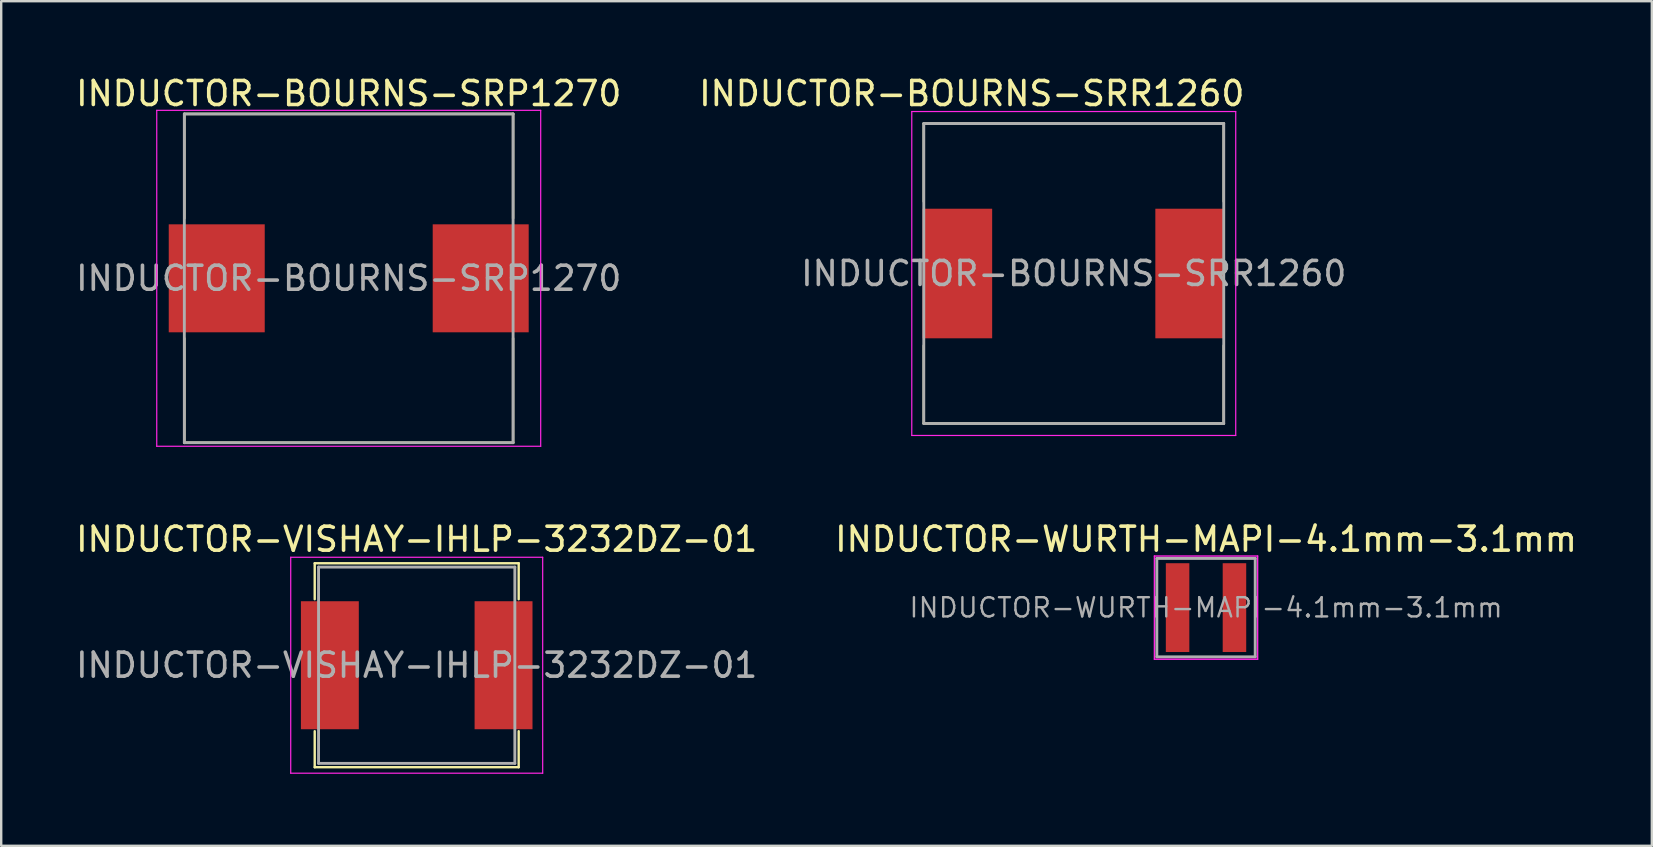
<source format=kicad_pcb>
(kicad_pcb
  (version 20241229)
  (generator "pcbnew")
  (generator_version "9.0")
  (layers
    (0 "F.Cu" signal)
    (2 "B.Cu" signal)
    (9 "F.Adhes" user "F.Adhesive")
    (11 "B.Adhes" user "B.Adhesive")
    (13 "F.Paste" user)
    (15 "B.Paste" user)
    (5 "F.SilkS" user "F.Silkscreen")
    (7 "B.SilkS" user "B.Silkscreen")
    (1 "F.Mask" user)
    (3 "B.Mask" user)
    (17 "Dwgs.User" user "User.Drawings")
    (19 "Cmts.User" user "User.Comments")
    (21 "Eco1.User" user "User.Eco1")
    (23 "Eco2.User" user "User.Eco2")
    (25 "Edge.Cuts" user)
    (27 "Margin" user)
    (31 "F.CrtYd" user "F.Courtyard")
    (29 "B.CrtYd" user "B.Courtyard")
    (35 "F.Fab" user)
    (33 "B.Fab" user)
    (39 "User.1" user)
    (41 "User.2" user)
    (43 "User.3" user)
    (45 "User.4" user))
  (footprint "INDUCTOR-BOURNS-SRP1270"
    (layer "F.Cu")
    (at 11.482 8.548)
    (property "Reference" "INDUCTOR-BOURNS-SRP1270" (at 0 -7.7 0) (layer "F.SilkS") (effects (font (size 1 1) (thickness 0.15))))
    (attr smd)
    (fp_line (start -6.85 -6.85) (end -6.85 -2.5) (stroke (width 0.1) (type solid)) (layer "F.SilkS"))
    (fp_line (start -6.85 -6.85) (end 6.85 -6.85) (stroke (width 0.1) (type solid)) (layer "F.SilkS"))
    (fp_line (start -6.85 6.85) (end -6.85 2.5) (stroke (width 0.1) (type solid)) (layer "F.SilkS"))
    (fp_line (start 6.85 -6.85) (end 6.85 -2.5) (stroke (width 0.1) (type solid)) (layer "F.SilkS"))
    (fp_line (start 6.85 2.5) (end 6.85 6.85) (stroke (width 0.1) (type solid)) (layer "F.SilkS"))
    (fp_line (start 6.85 6.85) (end -6.85 6.85) (stroke (width 0.1) (type solid)) (layer "F.SilkS"))
    (fp_line (start -8 -7) (end -8 7) (stroke (width 0.05) (type solid)) (layer "F.CrtYd"))
    (fp_line (start -8 7) (end 8 7) (stroke (width 0.05) (type solid)) (layer "F.CrtYd"))
    (fp_line (start 8 -7) (end -8 -7) (stroke (width 0.05) (type solid)) (layer "F.CrtYd"))
    (fp_line (start 8 7) (end 8 -7) (stroke (width 0.05) (type solid)) (layer "F.CrtYd"))
    (fp_line (start -6.85 -6.85) (end -6.85 6.85) (stroke (width 0.12) (type solid)) (layer "F.Fab"))
    (fp_line (start -6.85 6.85) (end 6.85 6.85) (stroke (width 0.12) (type solid)) (layer "F.Fab"))
    (fp_line (start 6.85 -6.85) (end -6.85 -6.85) (stroke (width 0.12) (type solid)) (layer "F.Fab"))
    (fp_line (start 6.85 6.85) (end 6.85 -6.85) (stroke (width 0.12) (type solid)) (layer "F.Fab"))
    (fp_text user "${REFERENCE}" (at 0 0 0) (layer "F.Fab") (effects (font (size 1 1) (thickness 0.15))))
    (pad "1" smd rect (at -5.5 0) (size 4 4.5) (layers "F.Cu" "F.Mask" "F.Paste"))
    (pad "2" smd rect (at 5.5 0) (size 4 4.5) (layers "F.Cu" "F.Mask" "F.Paste")))
  (footprint "INDUCTOR-VISHAY-IHLP-3232DZ-01"
    (layer "F.Cu")
    (at 14.315 24.672)
    (property "Reference" "INDUCTOR-VISHAY-IHLP-3232DZ-01" (at 0 -5.25 0) (layer "F.SilkS") (effects (font (size 1 1) (thickness 0.15))))
    (attr smd)
    (fp_line (start -4.25 -4.25) (end -4.25 -2.75) (stroke (width 0.1) (type solid)) (layer "F.SilkS"))
    (fp_line (start -4.25 2.75) (end -4.25 4.25) (stroke (width 0.1) (type solid)) (layer "F.SilkS"))
    (fp_line (start -4.25 4.25) (end 4.25 4.25) (stroke (width 0.1) (type solid)) (layer "F.SilkS"))
    (fp_line (start 4.25 -4.25) (end -4.25 -4.25) (stroke (width 0.1) (type solid)) (layer "F.SilkS"))
    (fp_line (start 4.25 -2.75) (end 4.25 -4.25) (stroke (width 0.1) (type solid)) (layer "F.SilkS"))
    (fp_line (start 4.25 4.25) (end 4.25 2.75) (stroke (width 0.1) (type solid)) (layer "F.SilkS"))
    (fp_line (start -5.25 -4.5) (end -5.25 4.5) (stroke (width 0.05) (type solid)) (layer "F.CrtYd"))
    (fp_line (start -5.25 4.5) (end 5.25 4.5) (stroke (width 0.05) (type solid)) (layer "F.CrtYd"))
    (fp_line (start 5.25 -4.5) (end -5.25 -4.5) (stroke (width 0.05) (type solid)) (layer "F.CrtYd"))
    (fp_line (start 5.25 4.5) (end 5.25 -4.5) (stroke (width 0.05) (type solid)) (layer "F.CrtYd"))
    (fp_line (start -4.09 -4.09) (end -4.09 4.09) (stroke (width 0.12) (type solid)) (layer "F.Fab"))
    (fp_line (start -4.09 4.09) (end 4.09 4.09) (stroke (width 0.12) (type solid)) (layer "F.Fab"))
    (fp_line (start 4.09 -4.09) (end -4.09 -4.09) (stroke (width 0.12) (type solid)) (layer "F.Fab"))
    (fp_line (start 4.09 4.09) (end 4.09 -4.09) (stroke (width 0.12) (type solid)) (layer "F.Fab"))
    (fp_text user "${REFERENCE}" (at 0 0 0) (layer "F.Fab") (effects (font (size 1 1) (thickness 0.15))))
    (pad "1" smd rect (at -3.619 0) (size 2.413 5.334) (layers "F.Cu" "F.Mask" "F.Paste"))
    (pad "2" smd rect (at 3.619 0) (size 2.413 5.334) (layers "F.Cu" "F.Mask" "F.Paste")))
  (footprint "INDUCTOR-BOURNS-SRR1260"
    (layer "F.Cu")
    (at 41.696 8.348)
    (property "Reference" "INDUCTOR-BOURNS-SRR1260" (at -4.25 -7.5 0) (layer "F.SilkS") (effects (font (size 1 1) (thickness 0.15))))
    (attr smd)
    (fp_line (start -6.25 -6.25) (end 6.25 -6.25) (stroke (width 0.1) (type solid)) (layer "F.SilkS"))
    (fp_line (start -6.25 -3) (end -6.25 -6.25) (stroke (width 0.1) (type solid)) (layer "F.SilkS"))
    (fp_line (start -6.25 6.25) (end -6.25 3) (stroke (width 0.1) (type solid)) (layer "F.SilkS"))
    (fp_line (start 6.25 -6.25) (end 6.25 -3) (stroke (width 0.1) (type solid)) (layer "F.SilkS"))
    (fp_line (start 6.25 3) (end 6.25 6.25) (stroke (width 0.1) (type solid)) (layer "F.SilkS"))
    (fp_line (start 6.25 6.25) (end -6.25 6.25) (stroke (width 0.1) (type solid)) (layer "F.SilkS"))
    (fp_line (start -6.75 -6.75) (end 6.75 -6.75) (stroke (width 0.05) (type solid)) (layer "F.CrtYd"))
    (fp_line (start -6.75 6.75) (end -6.75 -6.75) (stroke (width 0.05) (type solid)) (layer "F.CrtYd"))
    (fp_line (start 6.75 -6.75) (end 6.75 6.75) (stroke (width 0.05) (type solid)) (layer "F.CrtYd"))
    (fp_line (start 6.75 6.75) (end -6.75 6.75) (stroke (width 0.05) (type solid)) (layer "F.CrtYd"))
    (fp_line (start -6.25 -6.25) (end 6.25 -6.25) (stroke (width 0.12) (type solid)) (layer "F.Fab"))
    (fp_line (start -6.25 6.25) (end -6.25 -6.25) (stroke (width 0.12) (type solid)) (layer "F.Fab"))
    (fp_line (start 6.25 -6.25) (end 6.25 6.25) (stroke (width 0.12) (type solid)) (layer "F.Fab"))
    (fp_line (start 6.25 6.25) (end -6.25 6.25) (stroke (width 0.12) (type solid)) (layer "F.Fab"))
    (fp_text user "${REFERENCE}" (at 0 0 0) (layer "F.Fab") (effects (font (size 1 1) (thickness 0.15))))
    (pad "1" smd rect (at 4.85 0) (size 2.9 5.4) (layers "F.Cu" "F.Mask" "F.Paste"))
    (pad "2" smd rect (at -4.85 0) (size 2.9 5.4) (layers "F.Cu" "F.Mask" "F.Paste")))
  (footprint "INDUCTOR-WURTH-MAPI-4.1mm-3.1mm"
    (layer "F.Cu")
    (at 47.208 22.271)
    (property "Reference" "INDUCTOR-WURTH-MAPI-4.1mm-3.1mm" (at 0 -2.85 0) (layer "F.SilkS") (effects (font (size 1 1) (thickness 0.15))))
    (attr smd)
    (fp_line (start -2.15 -2.15) (end -2.15 2.15) (stroke (width 0.06) (type solid)) (layer "F.CrtYd"))
    (fp_line (start -2.15 2.15) (end 2.15 2.15) (stroke (width 0.06) (type solid)) (layer "F.CrtYd"))
    (fp_line (start 2.15 -2.15) (end -2.15 -2.15) (stroke (width 0.06) (type solid)) (layer "F.CrtYd"))
    (fp_line (start 2.15 2.15) (end 2.15 -2.15) (stroke (width 0.06) (type solid)) (layer "F.CrtYd"))
    (fp_line (start -2.05 -2.05) (end 2.05 -2.05) (stroke (width 0.12) (type solid)) (layer "F.Fab"))
    (fp_line (start -2.05 2.05) (end -2.05 -2.05) (stroke (width 0.12) (type solid)) (layer "F.Fab"))
    (fp_line (start 2.05 -2.05) (end 2.05 2.05) (stroke (width 0.12) (type solid)) (layer "F.Fab"))
    (fp_line (start 2.05 2.05) (end -2.05 2.05) (stroke (width 0.12) (type solid)) (layer "F.Fab"))
    (fp_text user "${REFERENCE}" (at 0 0 0) (layer "F.Fab") (effects (font (size 0.8 0.8) (thickness 0.1))))
    (pad "1" smd rect (at -1.185 0) (size 0.98 3.7) (layers "F.Cu" "F.Mask" "F.Paste"))
    (pad "2" smd rect (at 1.185 0) (size 0.98 3.7) (layers "F.Cu" "F.Mask" "F.Paste")))
  (gr_rect
    (start -3 -3)
    (end 65.786 32.197)
    (stroke (width 0.1) (type default))
    (fill no)
    (layer "Edge.Cuts")))
</source>
